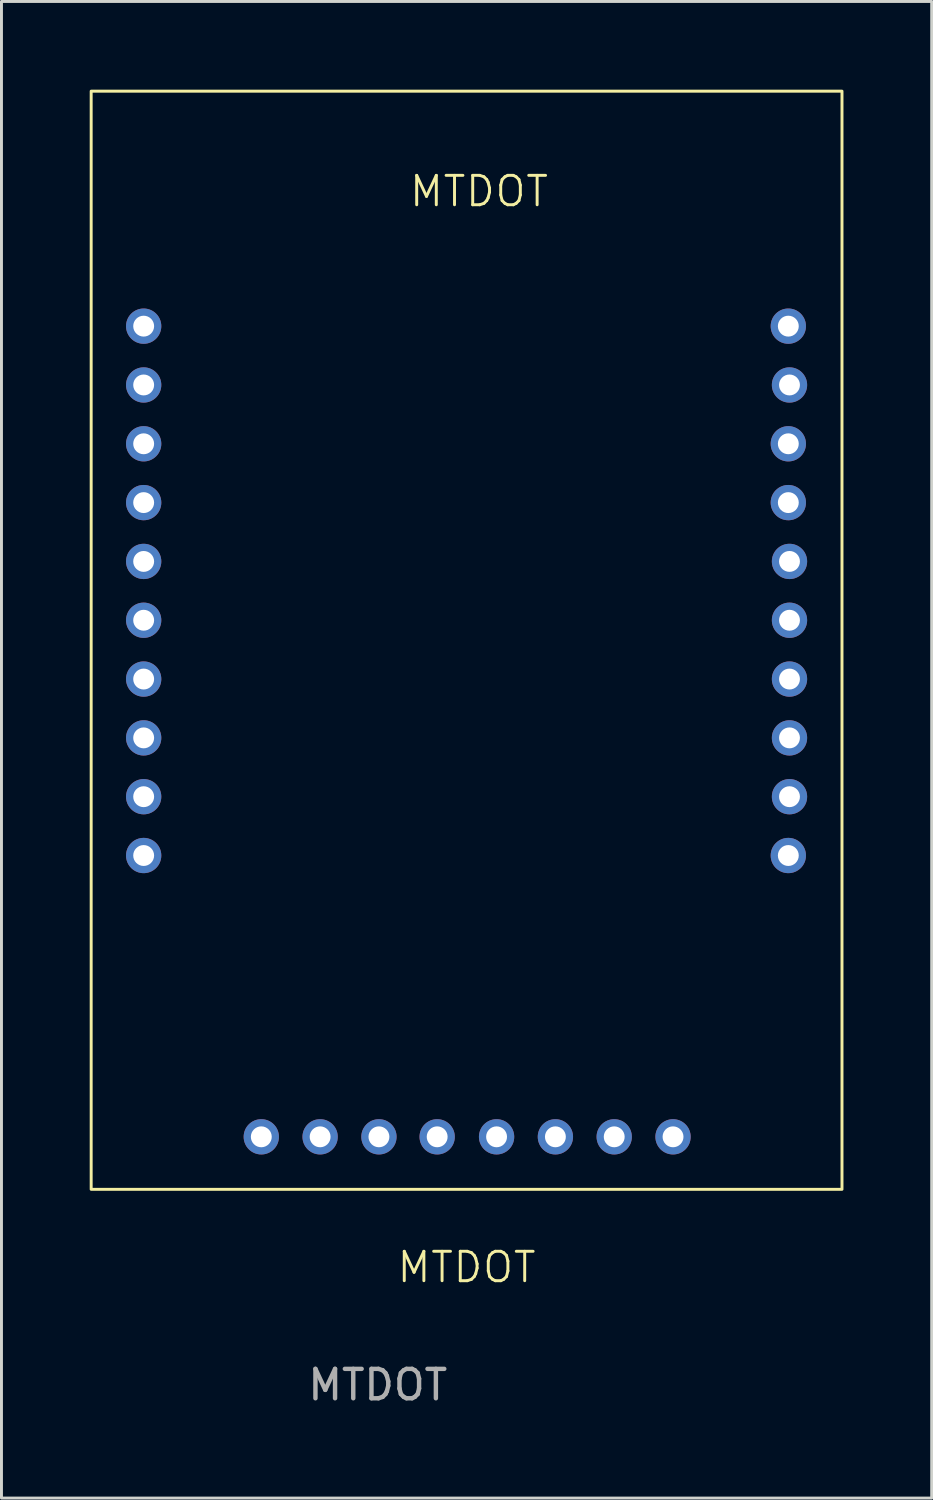
<source format=kicad_pcb>
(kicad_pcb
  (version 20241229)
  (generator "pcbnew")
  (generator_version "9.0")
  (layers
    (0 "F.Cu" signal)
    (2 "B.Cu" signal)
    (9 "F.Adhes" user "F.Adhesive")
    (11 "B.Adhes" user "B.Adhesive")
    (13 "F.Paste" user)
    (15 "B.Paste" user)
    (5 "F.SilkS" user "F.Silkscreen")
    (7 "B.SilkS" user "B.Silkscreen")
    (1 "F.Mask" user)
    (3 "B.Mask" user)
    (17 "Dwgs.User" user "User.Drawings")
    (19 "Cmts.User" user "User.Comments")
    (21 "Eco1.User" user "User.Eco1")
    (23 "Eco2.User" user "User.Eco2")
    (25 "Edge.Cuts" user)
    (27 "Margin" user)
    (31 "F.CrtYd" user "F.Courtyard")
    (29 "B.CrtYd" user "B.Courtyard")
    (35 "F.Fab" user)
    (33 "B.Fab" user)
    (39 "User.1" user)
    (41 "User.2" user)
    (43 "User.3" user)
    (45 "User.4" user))
  (footprint "MTDOT"
    (layer "F.Cu")
    (at 12.815 38.04)
    (property "Reference" "MTDOT" (at 0 2 0) (unlocked yes) (layer "F.SilkS") (effects (font (size 1 1) (thickness 0.1))))
    (attr through_hole)
    (fp_rect (start -12.765 -37.99) (end 12.765 -0.65) (stroke (width 0.1) (type solid)) (fill no) (layer "F.SilkS"))
    (fp_text user "MTDOT" (at -2 -34 0) (unlocked yes) (layer "F.SilkS") (effects (font (size 1 1) (thickness 0.1)) (justify left bottom)))
    (fp_text user "${REFERENCE}" (at -3.02 6 0) (unlocked yes) (layer "F.Fab") (effects (font (size 1 1) (thickness 0.15))))
    (pad "1" thru_hole circle (at -10.98 -30) (size 1.2 1.2) (drill 0.71) (layers "*.Cu" "*.Mask"))
    (pad "2" thru_hole circle (at -10.98 -28) (size 1.2 1.2) (drill 0.71) (layers "*.Cu" "*.Mask"))
    (pad "3" thru_hole circle (at -10.98 -26) (size 1.2 1.2) (drill 0.71) (layers "*.Cu" "*.Mask"))
    (pad "4" thru_hole circle (at -10.98 -24) (size 1.2 1.2) (drill 0.71) (layers "*.Cu" "*.Mask"))
    (pad "5" thru_hole circle (at -10.98 -22) (size 1.2 1.2) (drill 0.71) (layers "*.Cu" "*.Mask"))
    (pad "6" thru_hole circle (at -10.98 -20) (size 1.2 1.2) (drill 0.71) (layers "*.Cu" "*.Mask"))
    (pad "7" thru_hole circle (at -10.98 -18) (size 1.2 1.2) (drill 0.71) (layers "*.Cu" "*.Mask"))
    (pad "8" thru_hole circle (at -10.98 -16) (size 1.2 1.2) (drill 0.71) (layers "*.Cu" "*.Mask"))
    (pad "9" thru_hole circle (at -10.98 -14) (size 1.2 1.2) (drill 0.71) (layers "*.Cu" "*.Mask"))
    (pad "10" thru_hole circle (at -10.98 -12) (size 1.2 1.2) (drill 0.71) (layers "*.Cu" "*.Mask"))
    (pad "11" thru_hole circle (at -6.98 -2.435) (size 1.2 1.2) (drill 0.71) (layers "*.Cu" "*.Mask"))
    (pad "12" thru_hole circle (at -4.98 -2.435) (size 1.2 1.2) (drill 0.71) (layers "*.Cu" "*.Mask"))
    (pad "13" thru_hole circle (at -2.98 -2.435) (size 1.2 1.2) (drill 0.71) (layers "*.Cu" "*.Mask"))
    (pad "14" thru_hole circle (at -1 -2.435) (size 1.2 1.2) (drill 0.71) (layers "*.Cu" "*.Mask"))
    (pad "15" thru_hole circle (at 1.02 -2.435) (size 1.2 1.2) (drill 0.71) (layers "*.Cu" "*.Mask"))
    (pad "16" thru_hole circle (at 3.02 -2.435) (size 1.2 1.2) (drill 0.71) (layers "*.Cu" "*.Mask"))
    (pad "17" thru_hole circle (at 5.02 -2.435) (size 1.2 1.2) (drill 0.71) (layers "*.Cu" "*.Mask"))
    (pad "18" thru_hole circle (at 7.02 -2.435) (size 1.2 1.2) (drill 0.71) (layers "*.Cu" "*.Mask"))
    (pad "19" thru_hole circle (at 10.94 -30) (size 1.2 1.2) (drill 0.71) (layers "*.Cu" "*.Mask"))
    (pad "20" thru_hole circle (at 10.98 -28) (size 1.2 1.2) (drill 0.71) (layers "*.Cu" "*.Mask"))
    (pad "21" thru_hole circle (at 10.94 -26) (size 1.2 1.2) (drill 0.71) (layers "*.Cu" "*.Mask"))
    (pad "22" thru_hole circle (at 10.94 -24) (size 1.2 1.2) (drill 0.71) (layers "*.Cu" "*.Mask"))
    (pad "23" thru_hole circle (at 10.98 -22) (size 1.2 1.2) (drill 0.71) (layers "*.Cu" "*.Mask"))
    (pad "24" thru_hole circle (at 10.94 -12) (size 1.2 1.2) (drill 0.71) (layers "*.Cu" "*.Mask"))
    (pad "24" thru_hole circle (at 10.98 -20) (size 1.2 1.2) (drill 0.71) (layers "*.Cu" "*.Mask"))
    (pad "25" thru_hole circle (at 10.98 -18) (size 1.2 1.2) (drill 0.71) (layers "*.Cu" "*.Mask"))
    (pad "26" thru_hole circle (at 10.98 -16) (size 1.2 1.2) (drill 0.71) (layers "*.Cu" "*.Mask"))
    (pad "27" thru_hole circle (at 10.98 -14) (size 1.2 1.2) (drill 0.71) (layers "*.Cu" "*.Mask")))
  (gr_rect
    (start -3 -3)
    (end 28.63 47.888)
    (stroke (width 0.1) (type default))
    (fill no)
    (layer "Edge.Cuts")))
</source>
